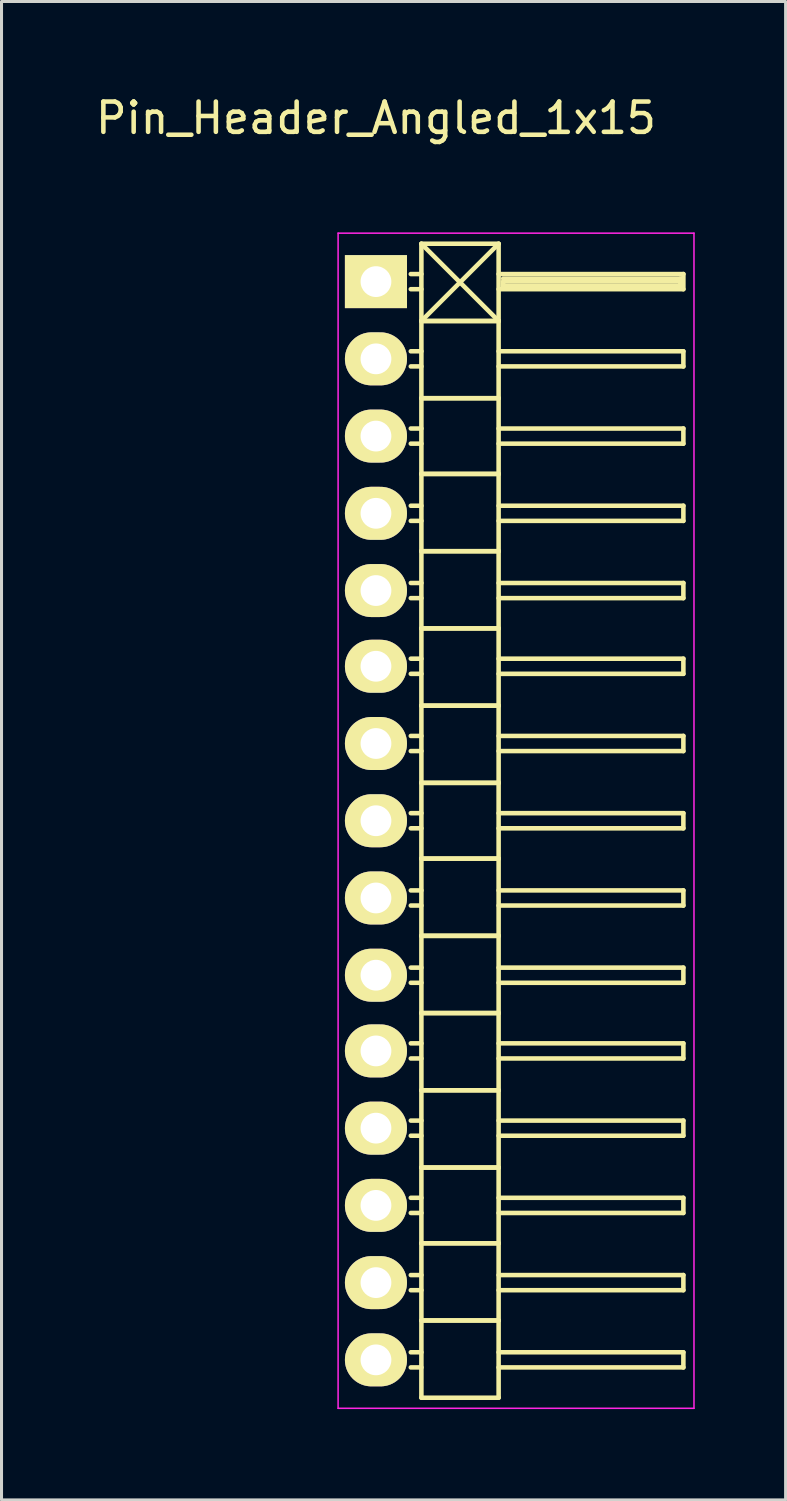
<source format=kicad_pcb>
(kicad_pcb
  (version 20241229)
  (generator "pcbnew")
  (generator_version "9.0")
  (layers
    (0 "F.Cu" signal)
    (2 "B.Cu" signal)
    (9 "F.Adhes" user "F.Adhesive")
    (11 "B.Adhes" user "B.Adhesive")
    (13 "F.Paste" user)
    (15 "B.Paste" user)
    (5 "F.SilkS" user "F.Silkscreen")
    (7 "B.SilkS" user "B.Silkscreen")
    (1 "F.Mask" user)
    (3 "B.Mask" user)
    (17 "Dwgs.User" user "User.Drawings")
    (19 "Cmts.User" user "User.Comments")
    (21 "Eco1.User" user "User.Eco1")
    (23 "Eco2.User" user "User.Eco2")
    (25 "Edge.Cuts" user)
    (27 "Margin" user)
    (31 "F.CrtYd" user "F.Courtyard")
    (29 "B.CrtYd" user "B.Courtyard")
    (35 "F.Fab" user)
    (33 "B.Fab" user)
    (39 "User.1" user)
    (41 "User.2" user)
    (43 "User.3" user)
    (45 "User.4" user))
  (footprint "Pin_Header_Angled_1x15"
    (layer "F.Cu")
    (at 9.363 6.248)
    (property "Reference" "Pin_Header_Angled_1x15" (at 0 -5.4 0) (layer "F.SilkS") (effects (font (size 1 1) (thickness 0.15))))
    (attr through_hole)
    (fp_line (start 1.5 -1.25) (end 1.5 1.3) (stroke (width 0.15) (type solid)) (layer "F.SilkS"))
    (fp_line (start 1.5 -1.25) (end 4.05 -1.25) (stroke (width 0.15) (type solid)) (layer "F.SilkS"))
    (fp_line (start 1.5 -0.25) (end 1.15 -0.25) (stroke (width 0.15) (type solid)) (layer "F.SilkS"))
    (fp_line (start 1.5 0.25) (end 1.15 0.25) (stroke (width 0.15) (type solid)) (layer "F.SilkS"))
    (fp_line (start 1.5 1.3) (end 1.5 3.85) (stroke (width 0.15) (type solid)) (layer "F.SilkS"))
    (fp_line (start 1.5 1.3) (end 4.05 1.3) (stroke (width 0.15) (type solid)) (layer "F.SilkS"))
    (fp_line (start 1.5 1.3) (end 4.05 1.3) (stroke (width 0.15) (type solid)) (layer "F.SilkS"))
    (fp_line (start 1.5 2.3) (end 1.15 2.3) (stroke (width 0.15) (type solid)) (layer "F.SilkS"))
    (fp_line (start 1.5 2.8) (end 1.15 2.8) (stroke (width 0.15) (type solid)) (layer "F.SilkS"))
    (fp_line (start 1.5 3.85) (end 1.5 6.35) (stroke (width 0.15) (type solid)) (layer "F.SilkS"))
    (fp_line (start 1.5 3.85) (end 4.05 3.85) (stroke (width 0.15) (type solid)) (layer "F.SilkS"))
    (fp_line (start 1.5 3.85) (end 4.05 3.85) (stroke (width 0.15) (type solid)) (layer "F.SilkS"))
    (fp_line (start 1.5 4.85) (end 1.15 4.85) (stroke (width 0.15) (type solid)) (layer "F.SilkS"))
    (fp_line (start 1.5 5.35) (end 1.15 5.35) (stroke (width 0.15) (type solid)) (layer "F.SilkS"))
    (fp_line (start 1.5 6.35) (end 1.5 8.9) (stroke (width 0.15) (type solid)) (layer "F.SilkS"))
    (fp_line (start 1.5 6.35) (end 4.05 6.35) (stroke (width 0.15) (type solid)) (layer "F.SilkS"))
    (fp_line (start 1.5 6.35) (end 4.05 6.35) (stroke (width 0.15) (type solid)) (layer "F.SilkS"))
    (fp_line (start 1.5 7.4) (end 1.15 7.4) (stroke (width 0.15) (type solid)) (layer "F.SilkS"))
    (fp_line (start 1.5 7.9) (end 1.15 7.9) (stroke (width 0.15) (type solid)) (layer "F.SilkS"))
    (fp_line (start 1.5 8.9) (end 1.5 11.45) (stroke (width 0.15) (type solid)) (layer "F.SilkS"))
    (fp_line (start 1.5 8.9) (end 4.05 8.9) (stroke (width 0.15) (type solid)) (layer "F.SilkS"))
    (fp_line (start 1.5 8.9) (end 4.05 8.9) (stroke (width 0.15) (type solid)) (layer "F.SilkS"))
    (fp_line (start 1.5 9.95) (end 1.15 9.95) (stroke (width 0.15) (type solid)) (layer "F.SilkS"))
    (fp_line (start 1.5 10.45) (end 1.15 10.45) (stroke (width 0.15) (type solid)) (layer "F.SilkS"))
    (fp_line (start 1.5 11.45) (end 1.5 14) (stroke (width 0.15) (type solid)) (layer "F.SilkS"))
    (fp_line (start 1.5 11.45) (end 4.05 11.45) (stroke (width 0.15) (type solid)) (layer "F.SilkS"))
    (fp_line (start 1.5 11.45) (end 4.05 11.45) (stroke (width 0.15) (type solid)) (layer "F.SilkS"))
    (fp_line (start 1.5 12.45) (end 1.15 12.45) (stroke (width 0.15) (type solid)) (layer "F.SilkS"))
    (fp_line (start 1.5 12.95) (end 1.15 12.95) (stroke (width 0.15) (type solid)) (layer "F.SilkS"))
    (fp_line (start 1.5 14) (end 1.5 16.55) (stroke (width 0.15) (type solid)) (layer "F.SilkS"))
    (fp_line (start 1.5 14) (end 4.05 14) (stroke (width 0.15) (type solid)) (layer "F.SilkS"))
    (fp_line (start 1.5 14) (end 4.05 14) (stroke (width 0.15) (type solid)) (layer "F.SilkS"))
    (fp_line (start 1.5 15) (end 1.15 15) (stroke (width 0.15) (type solid)) (layer "F.SilkS"))
    (fp_line (start 1.5 15.5) (end 1.15 15.5) (stroke (width 0.15) (type solid)) (layer "F.SilkS"))
    (fp_line (start 1.5 16.55) (end 1.5 19.05) (stroke (width 0.15) (type solid)) (layer "F.SilkS"))
    (fp_line (start 1.5 16.55) (end 4.05 16.55) (stroke (width 0.15) (type solid)) (layer "F.SilkS"))
    (fp_line (start 1.5 16.55) (end 4.05 16.55) (stroke (width 0.15) (type solid)) (layer "F.SilkS"))
    (fp_line (start 1.5 17.55) (end 1.15 17.55) (stroke (width 0.15) (type solid)) (layer "F.SilkS"))
    (fp_line (start 1.5 18.05) (end 1.15 18.05) (stroke (width 0.15) (type solid)) (layer "F.SilkS"))
    (fp_line (start 1.5 19.05) (end 1.5 21.6) (stroke (width 0.15) (type solid)) (layer "F.SilkS"))
    (fp_line (start 1.5 19.05) (end 4.05 19.05) (stroke (width 0.15) (type solid)) (layer "F.SilkS"))
    (fp_line (start 1.5 19.05) (end 4.05 19.05) (stroke (width 0.15) (type solid)) (layer "F.SilkS"))
    (fp_line (start 1.5 20.1) (end 1.15 20.1) (stroke (width 0.15) (type solid)) (layer "F.SilkS"))
    (fp_line (start 1.5 20.6) (end 1.15 20.6) (stroke (width 0.15) (type solid)) (layer "F.SilkS"))
    (fp_line (start 1.5 21.6) (end 1.5 24.15) (stroke (width 0.15) (type solid)) (layer "F.SilkS"))
    (fp_line (start 1.5 21.6) (end 4.05 21.6) (stroke (width 0.15) (type solid)) (layer "F.SilkS"))
    (fp_line (start 1.5 21.6) (end 4.05 21.6) (stroke (width 0.15) (type solid)) (layer "F.SilkS"))
    (fp_line (start 1.5 22.65) (end 1.15 22.65) (stroke (width 0.15) (type solid)) (layer "F.SilkS"))
    (fp_line (start 1.5 23.15) (end 1.15 23.15) (stroke (width 0.15) (type solid)) (layer "F.SilkS"))
    (fp_line (start 1.5 24.15) (end 1.5 26.7) (stroke (width 0.15) (type solid)) (layer "F.SilkS"))
    (fp_line (start 1.5 24.15) (end 4.05 24.15) (stroke (width 0.15) (type solid)) (layer "F.SilkS"))
    (fp_line (start 1.5 24.15) (end 4.05 24.15) (stroke (width 0.15) (type solid)) (layer "F.SilkS"))
    (fp_line (start 1.5 25.15) (end 1.15 25.15) (stroke (width 0.15) (type solid)) (layer "F.SilkS"))
    (fp_line (start 1.5 25.65) (end 1.15 25.65) (stroke (width 0.15) (type solid)) (layer "F.SilkS"))
    (fp_line (start 1.5 26.7) (end 1.5 29.25) (stroke (width 0.15) (type solid)) (layer "F.SilkS"))
    (fp_line (start 1.5 26.7) (end 4.05 26.7) (stroke (width 0.15) (type solid)) (layer "F.SilkS"))
    (fp_line (start 1.5 26.7) (end 4.05 26.7) (stroke (width 0.15) (type solid)) (layer "F.SilkS"))
    (fp_line (start 1.5 27.7) (end 1.15 27.7) (stroke (width 0.15) (type solid)) (layer "F.SilkS"))
    (fp_line (start 1.5 28.2) (end 1.15 28.2) (stroke (width 0.15) (type solid)) (layer "F.SilkS"))
    (fp_line (start 1.5 29.25) (end 1.5 31.75) (stroke (width 0.15) (type solid)) (layer "F.SilkS"))
    (fp_line (start 1.5 29.25) (end 4.05 29.25) (stroke (width 0.15) (type solid)) (layer "F.SilkS"))
    (fp_line (start 1.5 29.25) (end 4.05 29.25) (stroke (width 0.15) (type solid)) (layer "F.SilkS"))
    (fp_line (start 1.5 30.25) (end 1.15 30.25) (stroke (width 0.15) (type solid)) (layer "F.SilkS"))
    (fp_line (start 1.5 30.75) (end 1.15 30.75) (stroke (width 0.15) (type solid)) (layer "F.SilkS"))
    (fp_line (start 1.5 31.75) (end 1.5 34.3) (stroke (width 0.15) (type solid)) (layer "F.SilkS"))
    (fp_line (start 1.5 31.75) (end 4.05 31.75) (stroke (width 0.15) (type solid)) (layer "F.SilkS"))
    (fp_line (start 1.5 31.75) (end 4.05 31.75) (stroke (width 0.15) (type solid)) (layer "F.SilkS"))
    (fp_line (start 1.5 32.8) (end 1.15 32.8) (stroke (width 0.15) (type solid)) (layer "F.SilkS"))
    (fp_line (start 1.5 33.3) (end 1.15 33.3) (stroke (width 0.15) (type solid)) (layer "F.SilkS"))
    (fp_line (start 1.5 34.3) (end 1.5 36.85) (stroke (width 0.15) (type solid)) (layer "F.SilkS"))
    (fp_line (start 1.5 34.3) (end 4.05 34.3) (stroke (width 0.15) (type solid)) (layer "F.SilkS"))
    (fp_line (start 1.5 34.3) (end 4.05 34.3) (stroke (width 0.15) (type solid)) (layer "F.SilkS"))
    (fp_line (start 1.5 35.35) (end 1.15 35.35) (stroke (width 0.15) (type solid)) (layer "F.SilkS"))
    (fp_line (start 1.5 35.85) (end 1.15 35.85) (stroke (width 0.15) (type solid)) (layer "F.SilkS"))
    (fp_line (start 1.5 36.85) (end 4.05 36.85) (stroke (width 0.15) (type solid)) (layer "F.SilkS"))
    (fp_line (start 4.05 -1.25) (end 1.5 1.3) (stroke (width 0.15) (type solid)) (layer "F.SilkS"))
    (fp_line (start 4.05 -0.25) (end 10.15 -0.25) (stroke (width 0.15) (type solid)) (layer "F.SilkS"))
    (fp_line (start 4.05 1.3) (end 1.5 -1.25) (stroke (width 0.15) (type solid)) (layer "F.SilkS"))
    (fp_line (start 4.05 1.3) (end 4.05 -1.25) (stroke (width 0.15) (type solid)) (layer "F.SilkS"))
    (fp_line (start 4.05 2.3) (end 10.15 2.3) (stroke (width 0.15) (type solid)) (layer "F.SilkS"))
    (fp_line (start 4.05 3.85) (end 4.05 1.3) (stroke (width 0.15) (type solid)) (layer "F.SilkS"))
    (fp_line (start 4.05 4.85) (end 10.15 4.85) (stroke (width 0.15) (type solid)) (layer "F.SilkS"))
    (fp_line (start 4.05 6.35) (end 4.05 3.85) (stroke (width 0.15) (type solid)) (layer "F.SilkS"))
    (fp_line (start 4.05 7.4) (end 10.15 7.4) (stroke (width 0.15) (type solid)) (layer "F.SilkS"))
    (fp_line (start 4.05 8.9) (end 4.05 6.35) (stroke (width 0.15) (type solid)) (layer "F.SilkS"))
    (fp_line (start 4.05 9.95) (end 10.15 9.95) (stroke (width 0.15) (type solid)) (layer "F.SilkS"))
    (fp_line (start 4.05 11.45) (end 4.05 8.9) (stroke (width 0.15) (type solid)) (layer "F.SilkS"))
    (fp_line (start 4.05 12.45) (end 10.15 12.45) (stroke (width 0.15) (type solid)) (layer "F.SilkS"))
    (fp_line (start 4.05 14) (end 4.05 11.45) (stroke (width 0.15) (type solid)) (layer "F.SilkS"))
    (fp_line (start 4.05 15) (end 10.15 15) (stroke (width 0.15) (type solid)) (layer "F.SilkS"))
    (fp_line (start 4.05 16.55) (end 4.05 14) (stroke (width 0.15) (type solid)) (layer "F.SilkS"))
    (fp_line (start 4.05 17.55) (end 10.15 17.55) (stroke (width 0.15) (type solid)) (layer "F.SilkS"))
    (fp_line (start 4.05 19.05) (end 4.05 16.55) (stroke (width 0.15) (type solid)) (layer "F.SilkS"))
    (fp_line (start 4.05 20.1) (end 10.15 20.1) (stroke (width 0.15) (type solid)) (layer "F.SilkS"))
    (fp_line (start 4.05 21.6) (end 4.05 19.05) (stroke (width 0.15) (type solid)) (layer "F.SilkS"))
    (fp_line (start 4.05 22.65) (end 10.15 22.65) (stroke (width 0.15) (type solid)) (layer "F.SilkS"))
    (fp_line (start 4.05 24.15) (end 4.05 21.6) (stroke (width 0.15) (type solid)) (layer "F.SilkS"))
    (fp_line (start 4.05 25.15) (end 10.15 25.15) (stroke (width 0.15) (type solid)) (layer "F.SilkS"))
    (fp_line (start 4.05 26.7) (end 4.05 24.15) (stroke (width 0.15) (type solid)) (layer "F.SilkS"))
    (fp_line (start 4.05 27.7) (end 10.15 27.7) (stroke (width 0.15) (type solid)) (layer "F.SilkS"))
    (fp_line (start 4.05 29.25) (end 4.05 26.7) (stroke (width 0.15) (type solid)) (layer "F.SilkS"))
    (fp_line (start 4.05 30.25) (end 10.15 30.25) (stroke (width 0.15) (type solid)) (layer "F.SilkS"))
    (fp_line (start 4.05 31.75) (end 4.05 29.25) (stroke (width 0.15) (type solid)) (layer "F.SilkS"))
    (fp_line (start 4.05 32.8) (end 10.15 32.8) (stroke (width 0.15) (type solid)) (layer "F.SilkS"))
    (fp_line (start 4.05 34.3) (end 4.05 31.75) (stroke (width 0.15) (type solid)) (layer "F.SilkS"))
    (fp_line (start 4.05 35.35) (end 10.15 35.35) (stroke (width 0.15) (type solid)) (layer "F.SilkS"))
    (fp_line (start 4.05 36.85) (end 4.05 34.3) (stroke (width 0.15) (type solid)) (layer "F.SilkS"))
    (fp_line (start 4.2 -0.1) (end 10.05 -0.1) (stroke (width 0.15) (type solid)) (layer "F.SilkS"))
    (fp_line (start 4.2 0) (end 10.05 0) (stroke (width 0.15) (type solid)) (layer "F.SilkS"))
    (fp_line (start 4.2 0.15) (end 4.2 0) (stroke (width 0.15) (type solid)) (layer "F.SilkS"))
    (fp_line (start 10.05 -0.1) (end 10.05 0.15) (stroke (width 0.15) (type solid)) (layer "F.SilkS"))
    (fp_line (start 10.05 0.15) (end 4.2 0.15) (stroke (width 0.15) (type solid)) (layer "F.SilkS"))
    (fp_line (start 10.15 -0.25) (end 10.15 0.25) (stroke (width 0.15) (type solid)) (layer "F.SilkS"))
    (fp_line (start 10.15 0.25) (end 4.05 0.25) (stroke (width 0.15) (type solid)) (layer "F.SilkS"))
    (fp_line (start 10.15 2.3) (end 10.15 2.8) (stroke (width 0.15) (type solid)) (layer "F.SilkS"))
    (fp_line (start 10.15 2.8) (end 4.05 2.8) (stroke (width 0.15) (type solid)) (layer "F.SilkS"))
    (fp_line (start 10.15 4.85) (end 10.15 5.35) (stroke (width 0.15) (type solid)) (layer "F.SilkS"))
    (fp_line (start 10.15 5.35) (end 4.05 5.35) (stroke (width 0.15) (type solid)) (layer "F.SilkS"))
    (fp_line (start 10.15 7.4) (end 10.15 7.9) (stroke (width 0.15) (type solid)) (layer "F.SilkS"))
    (fp_line (start 10.15 7.9) (end 4.05 7.9) (stroke (width 0.15) (type solid)) (layer "F.SilkS"))
    (fp_line (start 10.15 9.95) (end 10.15 10.45) (stroke (width 0.15) (type solid)) (layer "F.SilkS"))
    (fp_line (start 10.15 10.45) (end 4.05 10.45) (stroke (width 0.15) (type solid)) (layer "F.SilkS"))
    (fp_line (start 10.15 12.45) (end 10.15 12.95) (stroke (width 0.15) (type solid)) (layer "F.SilkS"))
    (fp_line (start 10.15 12.95) (end 4.05 12.95) (stroke (width 0.15) (type solid)) (layer "F.SilkS"))
    (fp_line (start 10.15 15) (end 10.15 15.5) (stroke (width 0.15) (type solid)) (layer "F.SilkS"))
    (fp_line (start 10.15 15.5) (end 4.05 15.5) (stroke (width 0.15) (type solid)) (layer "F.SilkS"))
    (fp_line (start 10.15 17.55) (end 10.15 18.05) (stroke (width 0.15) (type solid)) (layer "F.SilkS"))
    (fp_line (start 10.15 18.05) (end 4.05 18.05) (stroke (width 0.15) (type solid)) (layer "F.SilkS"))
    (fp_line (start 10.15 20.1) (end 10.15 20.6) (stroke (width 0.15) (type solid)) (layer "F.SilkS"))
    (fp_line (start 10.15 20.6) (end 4.05 20.6) (stroke (width 0.15) (type solid)) (layer "F.SilkS"))
    (fp_line (start 10.15 22.65) (end 10.15 23.15) (stroke (width 0.15) (type solid)) (layer "F.SilkS"))
    (fp_line (start 10.15 23.15) (end 4.05 23.15) (stroke (width 0.15) (type solid)) (layer "F.SilkS"))
    (fp_line (start 10.15 25.15) (end 10.15 25.65) (stroke (width 0.15) (type solid)) (layer "F.SilkS"))
    (fp_line (start 10.15 25.65) (end 4.05 25.65) (stroke (width 0.15) (type solid)) (layer "F.SilkS"))
    (fp_line (start 10.15 27.7) (end 10.15 28.2) (stroke (width 0.15) (type solid)) (layer "F.SilkS"))
    (fp_line (start 10.15 28.2) (end 4.05 28.2) (stroke (width 0.15) (type solid)) (layer "F.SilkS"))
    (fp_line (start 10.15 30.25) (end 10.15 30.75) (stroke (width 0.15) (type solid)) (layer "F.SilkS"))
    (fp_line (start 10.15 30.75) (end 4.05 30.75) (stroke (width 0.15) (type solid)) (layer "F.SilkS"))
    (fp_line (start 10.15 32.8) (end 10.15 33.3) (stroke (width 0.15) (type solid)) (layer "F.SilkS"))
    (fp_line (start 10.15 33.3) (end 4.05 33.3) (stroke (width 0.15) (type solid)) (layer "F.SilkS"))
    (fp_line (start 10.15 35.35) (end 10.15 35.85) (stroke (width 0.15) (type solid)) (layer "F.SilkS"))
    (fp_line (start 10.15 35.85) (end 4.05 35.85) (stroke (width 0.15) (type solid)) (layer "F.SilkS"))
    (fp_line (start -1.25 -1.6) (end -1.25 37.2) (stroke (width 0.05) (type solid)) (layer "F.CrtYd"))
    (fp_line (start -1.25 -1.6) (end 10.5 -1.6) (stroke (width 0.05) (type solid)) (layer "F.CrtYd"))
    (fp_line (start -1.25 37.2) (end 10.5 37.2) (stroke (width 0.05) (type solid)) (layer "F.CrtYd"))
    (fp_line (start 10.5 -1.6) (end 10.5 37.2) (stroke (width 0.05) (type solid)) (layer "F.CrtYd"))
    (pad "1" thru_hole rect (at 0 0) (size 2.05 1.75) (drill 1.016) (layers "*.Cu" "*.Mask" "F.SilkS"))
    (pad "2" thru_hole oval (at 0 2.55) (size 2.05 1.75) (drill 1.016) (layers "*.Cu" "*.Mask" "F.SilkS"))
    (pad "3" thru_hole oval (at 0 5.1) (size 2.05 1.75) (drill 1.016) (layers "*.Cu" "*.Mask" "F.SilkS"))
    (pad "4" thru_hole oval (at 0 7.65) (size 2.05 1.75) (drill 1.016) (layers "*.Cu" "*.Mask" "F.SilkS"))
    (pad "5" thru_hole oval (at 0 10.2) (size 2.05 1.75) (drill 1.016) (layers "*.Cu" "*.Mask" "F.SilkS"))
    (pad "6" thru_hole oval (at 0 12.7) (size 2.05 1.75) (drill 1.016) (layers "*.Cu" "*.Mask" "F.SilkS"))
    (pad "7" thru_hole oval (at 0 15.25) (size 2.05 1.75) (drill 1.016) (layers "*.Cu" "*.Mask" "F.SilkS"))
    (pad "8" thru_hole oval (at 0 17.8) (size 2.05 1.75) (drill 1.016) (layers "*.Cu" "*.Mask" "F.SilkS"))
    (pad "9" thru_hole oval (at 0 20.35) (size 2.05 1.75) (drill 1.016) (layers "*.Cu" "*.Mask" "F.SilkS"))
    (pad "10" thru_hole oval (at 0 22.9) (size 2.05 1.75) (drill 1.016) (layers "*.Cu" "*.Mask" "F.SilkS"))
    (pad "11" thru_hole oval (at 0 25.4) (size 2.05 1.75) (drill 1.016) (layers "*.Cu" "*.Mask" "F.SilkS"))
    (pad "12" thru_hole oval (at 0 27.95) (size 2.05 1.75) (drill 1.016) (layers "*.Cu" "*.Mask" "F.SilkS"))
    (pad "13" thru_hole oval (at 0 30.5) (size 2.05 1.75) (drill 1.016) (layers "*.Cu" "*.Mask" "F.SilkS"))
    (pad "14" thru_hole oval (at 0 33.05) (size 2.05 1.75) (drill 1.016) (layers "*.Cu" "*.Mask" "F.SilkS"))
    (pad "15" thru_hole oval (at 0 35.6) (size 2.05 1.75) (drill 1.016) (layers "*.Cu" "*.Mask" "F.SilkS")))
  (gr_rect
    (start -3 -3)
    (end 22.888 46.473)
    (stroke (width 0.1) (type default))
    (fill no)
    (layer "Edge.Cuts")))
</source>
